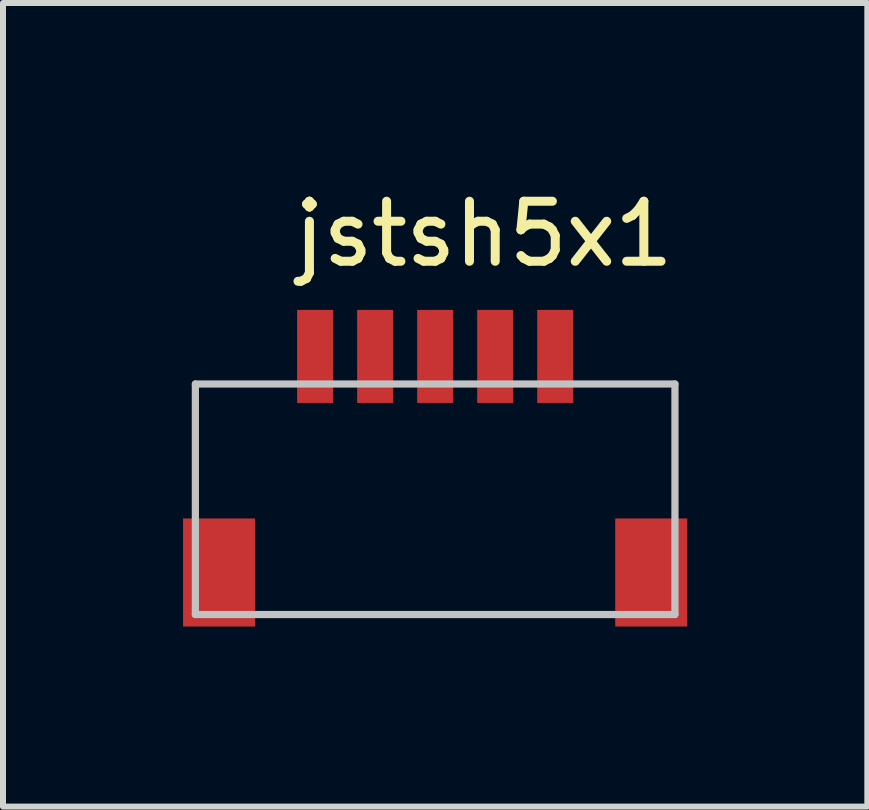
<source format=kicad_pcb>
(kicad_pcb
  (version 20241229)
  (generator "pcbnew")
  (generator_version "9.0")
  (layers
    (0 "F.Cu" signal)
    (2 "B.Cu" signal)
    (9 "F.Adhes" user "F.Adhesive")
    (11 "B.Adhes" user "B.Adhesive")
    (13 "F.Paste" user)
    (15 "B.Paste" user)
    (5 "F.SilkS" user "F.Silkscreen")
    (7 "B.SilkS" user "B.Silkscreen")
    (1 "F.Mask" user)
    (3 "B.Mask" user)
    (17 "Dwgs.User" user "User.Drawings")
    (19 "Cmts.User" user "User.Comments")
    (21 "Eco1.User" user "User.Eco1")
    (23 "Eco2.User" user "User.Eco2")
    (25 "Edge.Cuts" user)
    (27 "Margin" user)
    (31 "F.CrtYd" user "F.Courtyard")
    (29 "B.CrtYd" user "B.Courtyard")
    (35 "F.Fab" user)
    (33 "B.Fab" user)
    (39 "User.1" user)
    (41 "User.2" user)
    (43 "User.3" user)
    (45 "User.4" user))
  (footprint "jstsh5x1"
    (layer "F.Cu")
    (at 5.01 0.348)
    (property "Reference" "jstsh5x1" (at 0 0.5 0) (layer "F.SilkS") (effects (font (size 1 1) (thickness 0.15))))
    (attr through_hole)
    (fp_line (start -4.805 6.84) (end -4.805 3) (stroke (width 0.12) (type solid)) (layer "Dwgs.User"))
    (fp_line (start -4.805 6.84) (end 3.185 6.84) (stroke (width 0.12) (type solid)) (layer "Dwgs.User"))
    (fp_line (start 3.185 3) (end -4.805 3) (stroke (width 0.12) (type solid)) (layer "Dwgs.User"))
    (fp_line (start 3.185 3) (end 3.185 6.84) (stroke (width 0.12) (type solid)) (layer "Dwgs.User"))
    (pad "1" smd rect (at -2.81 2.54) (size 0.6 1.55) (layers "F.Cu" "F.Mask" "F.Paste"))
    (pad "2" smd rect (at -1.81 2.54) (size 0.6 1.55) (layers "F.Cu" "F.Mask" "F.Paste"))
    (pad "3" smd rect (at -0.81 2.54) (size 0.6 1.55) (layers "F.Cu" "F.Mask" "F.Paste"))
    (pad "4" smd rect (at 0.19 2.54) (size 0.6 1.55) (layers "F.Cu" "F.Mask" "F.Paste"))
    (pad "5" smd rect (at 1.19 2.54) (size 0.6 1.55) (layers "F.Cu" "F.Mask" "F.Paste"))
    (pad "6" smd rect (at -4.41 6.14) (size 1.2 1.8) (layers "F.Cu" "F.Mask" "F.Paste"))
    (pad "6" smd rect (at 2.79 6.14) (size 1.2 1.8) (layers "F.Cu" "F.Mask" "F.Paste")))
  (gr_rect
    (start -3 -3)
    (end 11.4 10.388)
    (stroke (width 0.1) (type default))
    (fill no)
    (layer "Edge.Cuts")))
</source>
